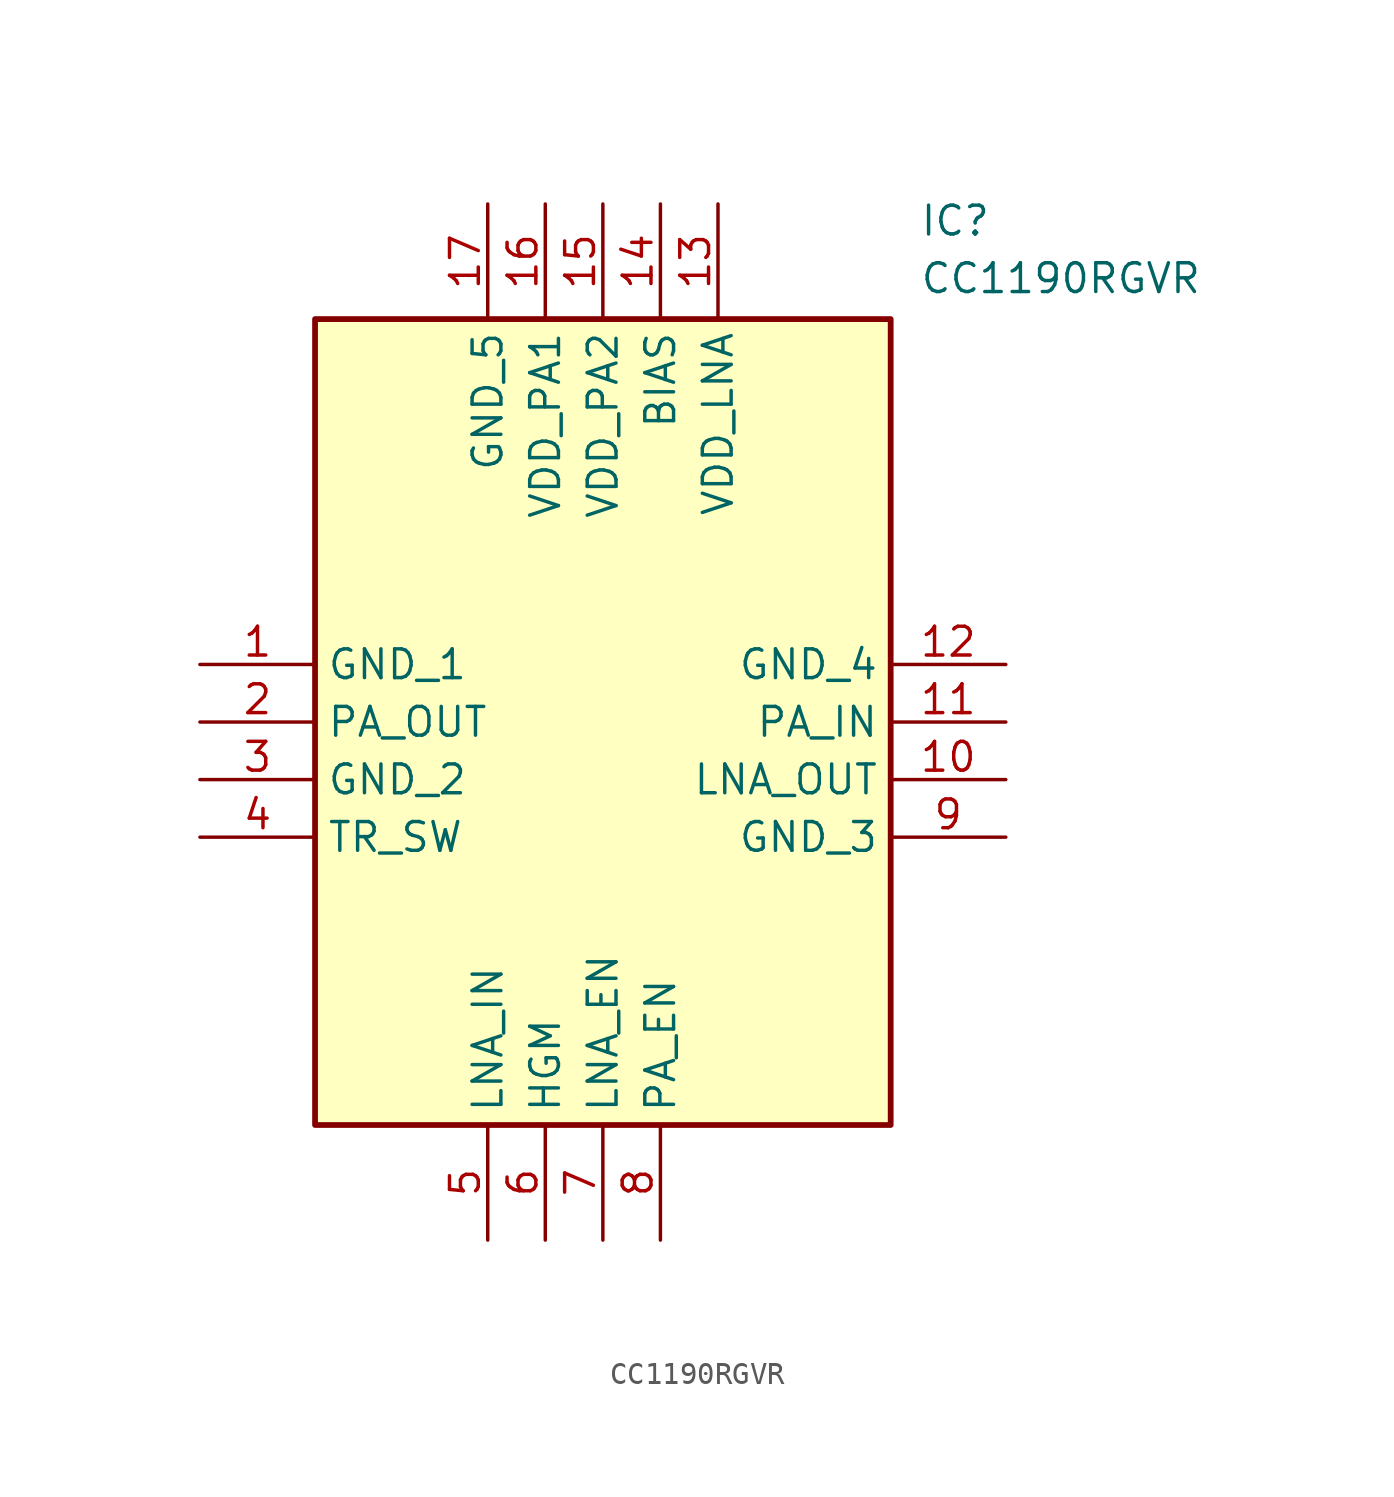
<source format=kicad_sym>
(kicad_symbol_lib
  (version 20211014)
  (generator SamacSys_ECAD_Model)
  (symbol "CC1190RGVR"
    (property "Reference" "IC"
      (at 31.75 20.32 0)
      (effects (font (size 1.27 1.27)) (justify left top)))
    (property "Value" "CC1190RGVR"
      (at 31.75 17.78 0)
      (effects (font (size 1.27 1.27)) (justify left top)))
    (rectangle
      (start 5.08 15.24)
      (end 30.48 -20.32)
      (stroke (width 0.254) (type default))
      (fill (type background)))
    (pin passive line
      (at 0 0 0)
      (length 5.08)
      (name "GND_1" (effects (font (size 1.27 1.27))))
      (number "1" (effects (font (size 1.27 1.27)))))
    (pin passive line
      (at 0 -2.54 0)
      (length 5.08)
      (name "PA_OUT" (effects (font (size 1.27 1.27))))
      (number "2" (effects (font (size 1.27 1.27)))))
    (pin passive line
      (at 0 -5.08 0)
      (length 5.08)
      (name "GND_2" (effects (font (size 1.27 1.27))))
      (number "3" (effects (font (size 1.27 1.27)))))
    (pin passive line
      (at 0 -7.62 0)
      (length 5.08)
      (name "TR_SW" (effects (font (size 1.27 1.27))))
      (number "4" (effects (font (size 1.27 1.27)))))
    (pin passive line
      (at 12.7 -25.4 90)
      (length 5.08)
      (name "LNA_IN" (effects (font (size 1.27 1.27))))
      (number "5" (effects (font (size 1.27 1.27)))))
    (pin passive line
      (at 15.24 -25.4 90)
      (length 5.08)
      (name "HGM" (effects (font (size 1.27 1.27))))
      (number "6" (effects (font (size 1.27 1.27)))))
    (pin passive line
      (at 17.78 -25.4 90)
      (length 5.08)
      (name "LNA_EN" (effects (font (size 1.27 1.27))))
      (number "7" (effects (font (size 1.27 1.27)))))
    (pin passive line
      (at 20.32 -25.4 90)
      (length 5.08)
      (name "PA_EN" (effects (font (size 1.27 1.27))))
      (number "8" (effects (font (size 1.27 1.27)))))
    (pin passive line
      (at 35.56 0 180)
      (length 5.08)
      (name "GND_4" (effects (font (size 1.27 1.27))))
      (number "12" (effects (font (size 1.27 1.27)))))
    (pin passive line
      (at 35.56 -2.54 180)
      (length 5.08)
      (name "PA_IN" (effects (font (size 1.27 1.27))))
      (number "11" (effects (font (size 1.27 1.27)))))
    (pin passive line
      (at 35.56 -5.08 180)
      (length 5.08)
      (name "LNA_OUT" (effects (font (size 1.27 1.27))))
      (number "10" (effects (font (size 1.27 1.27)))))
    (pin passive line
      (at 35.56 -7.62 180)
      (length 5.08)
      (name "GND_3" (effects (font (size 1.27 1.27))))
      (number "9" (effects (font (size 1.27 1.27)))))
    (pin passive line
      (at 12.7 20.32 270)
      (length 5.08)
      (name "GND_5" (effects (font (size 1.27 1.27))))
      (number "17" (effects (font (size 1.27 1.27)))))
    (pin passive line
      (at 15.24 20.32 270)
      (length 5.08)
      (name "VDD_PA1" (effects (font (size 1.27 1.27))))
      (number "16" (effects (font (size 1.27 1.27)))))
    (pin passive line
      (at 17.78 20.32 270)
      (length 5.08)
      (name "VDD_PA2" (effects (font (size 1.27 1.27))))
      (number "15" (effects (font (size 1.27 1.27)))))
    (pin passive line
      (at 20.32 20.32 270)
      (length 5.08)
      (name "BIAS" (effects (font (size 1.27 1.27))))
      (number "14" (effects (font (size 1.27 1.27)))))
    (pin passive line
      (at 22.86 20.32 270)
      (length 5.08)
      (name "VDD_LNA" (effects (font (size 1.27 1.27))))
      (number "13" (effects (font (size 1.27 1.27)))))))
</source>
